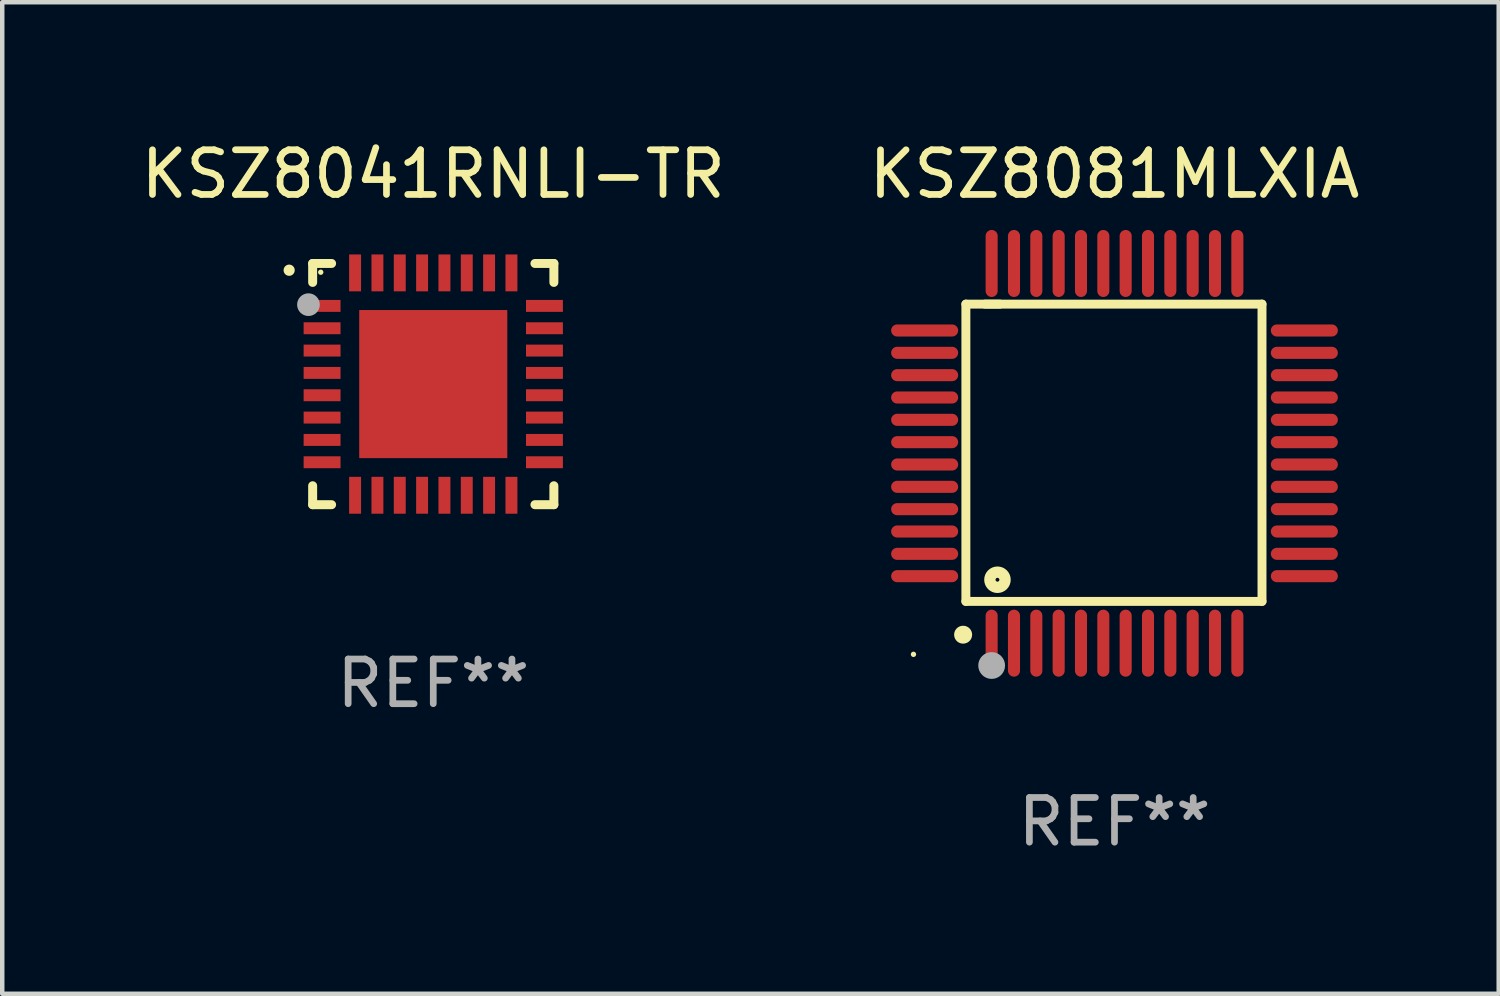
<source format=kicad_pcb>
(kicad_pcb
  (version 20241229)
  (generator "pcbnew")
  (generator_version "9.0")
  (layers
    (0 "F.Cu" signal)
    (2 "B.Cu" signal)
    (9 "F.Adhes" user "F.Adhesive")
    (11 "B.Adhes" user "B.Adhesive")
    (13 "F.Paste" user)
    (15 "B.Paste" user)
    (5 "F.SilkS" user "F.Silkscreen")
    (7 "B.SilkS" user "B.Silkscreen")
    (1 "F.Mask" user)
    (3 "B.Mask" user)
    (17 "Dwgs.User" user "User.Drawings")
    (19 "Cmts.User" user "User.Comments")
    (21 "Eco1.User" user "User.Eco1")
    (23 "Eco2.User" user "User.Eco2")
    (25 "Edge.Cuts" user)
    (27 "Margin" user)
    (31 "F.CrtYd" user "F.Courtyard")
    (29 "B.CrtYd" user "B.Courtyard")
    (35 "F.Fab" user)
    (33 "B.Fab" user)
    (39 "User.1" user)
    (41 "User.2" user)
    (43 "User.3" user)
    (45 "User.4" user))
  (footprint "KSZ8081MLXIA"
    (layer "F.Cu")
    (at 21.899 7.098)
    (property "Reference" "KSZ8081MLXIA" (at 0 -6.25 0) (layer "F.SilkS") (effects (font (size 1 1) (thickness 0.15))))
    (attr through_hole)
    (fp_line (start -3.327 -3.34) (end -2.565 -3.34) (stroke (width 0.2) (type solid)) (layer "F.SilkS"))
    (fp_line (start -3.327 3.315) (end -3.327 -3.34) (stroke (width 0.2) (type solid)) (layer "F.SilkS"))
    (fp_line (start -2.896 -3.34) (end 3.302 -3.34) (stroke (width 0.2) (type solid)) (layer "F.SilkS"))
    (fp_line (start 3.302 -3.34) (end 3.302 3.315) (stroke (width 0.2) (type solid)) (layer "F.SilkS"))
    (fp_line (start 3.302 3.315) (end -3.327 3.315) (stroke (width 0.2) (type solid)) (layer "F.SilkS"))
    (fp_arc (start -3.389992 4.059995) (mid -3.388722 4.059991) (end -3.387452 4.059995) (stroke (width 0.4) (type solid)) (layer "F.SilkS"))
    (fp_circle (center -4.5 4.5) (end -4.47 4.5) (stroke (width 0.06) (type solid)) (fill no) (layer "F.SilkS"))
    (fp_circle (center -2.62 2.83) (end -2.45 2.83) (stroke (width 0.254) (type solid)) (fill no) (layer "F.SilkS"))
    (fp_circle (center -2.75 4.75) (end -2.6 4.75) (stroke (width 0.3) (type solid)) (fill no) (layer "F.Fab"))
    (fp_text user "REF**" (at 0 8.25 0) (layer "F.Fab") (effects (font (size 1 1) (thickness 0.15))))
    (pad "1" smd oval (at -2.75 4.25) (size 0.27 1.5) (layers "F.Cu" "F.Mask" "F.Paste"))
    (pad "2" smd oval (at -2.25 4.25) (size 0.27 1.5) (layers "F.Cu" "F.Mask" "F.Paste"))
    (pad "3" smd oval (at -1.75 4.25) (size 0.27 1.5) (layers "F.Cu" "F.Mask" "F.Paste"))
    (pad "4" smd oval (at -1.25 4.25) (size 0.27 1.5) (layers "F.Cu" "F.Mask" "F.Paste"))
    (pad "5" smd oval (at -0.75 4.25) (size 0.27 1.5) (layers "F.Cu" "F.Mask" "F.Paste"))
    (pad "6" smd oval (at -0.25 4.25) (size 0.27 1.5) (layers "F.Cu" "F.Mask" "F.Paste"))
    (pad "7" smd oval (at 0.25 4.25) (size 0.27 1.5) (layers "F.Cu" "F.Mask" "F.Paste"))
    (pad "8" smd oval (at 0.75 4.25) (size 0.27 1.5) (layers "F.Cu" "F.Mask" "F.Paste"))
    (pad "9" smd oval (at 1.25 4.25) (size 0.27 1.5) (layers "F.Cu" "F.Mask" "F.Paste"))
    (pad "10" smd oval (at 1.75 4.25) (size 0.27 1.5) (layers "F.Cu" "F.Mask" "F.Paste"))
    (pad "11" smd oval (at 2.25 4.25) (size 0.27 1.5) (layers "F.Cu" "F.Mask" "F.Paste"))
    (pad "12" smd oval (at 2.75 4.25) (size 0.27 1.5) (layers "F.Cu" "F.Mask" "F.Paste"))
    (pad "13" smd oval (at 4.25 2.75) (size 1.5 0.27) (layers "F.Cu" "F.Mask" "F.Paste"))
    (pad "14" smd oval (at 4.25 2.25) (size 1.5 0.27) (layers "F.Cu" "F.Mask" "F.Paste"))
    (pad "15" smd oval (at 4.25 1.75) (size 1.5 0.27) (layers "F.Cu" "F.Mask" "F.Paste"))
    (pad "16" smd oval (at 4.25 1.25) (size 1.5 0.27) (layers "F.Cu" "F.Mask" "F.Paste"))
    (pad "17" smd oval (at 4.25 0.75) (size 1.5 0.27) (layers "F.Cu" "F.Mask" "F.Paste"))
    (pad "18" smd oval (at 4.25 0.25) (size 1.5 0.27) (layers "F.Cu" "F.Mask" "F.Paste"))
    (pad "19" smd oval (at 4.25 -0.25) (size 1.5 0.27) (layers "F.Cu" "F.Mask" "F.Paste"))
    (pad "20" smd oval (at 4.25 -0.75) (size 1.5 0.27) (layers "F.Cu" "F.Mask" "F.Paste"))
    (pad "21" smd oval (at 4.25 -1.25) (size 1.5 0.27) (layers "F.Cu" "F.Mask" "F.Paste"))
    (pad "22" smd oval (at 4.25 -1.75) (size 1.5 0.27) (layers "F.Cu" "F.Mask" "F.Paste"))
    (pad "23" smd oval (at 4.25 -2.25) (size 1.5 0.27) (layers "F.Cu" "F.Mask" "F.Paste"))
    (pad "24" smd oval (at 4.25 -2.75) (size 1.5 0.27) (layers "F.Cu" "F.Mask" "F.Paste"))
    (pad "25" smd oval (at 2.75 -4.25) (size 0.27 1.5) (layers "F.Cu" "F.Mask" "F.Paste"))
    (pad "26" smd oval (at 2.25 -4.25) (size 0.27 1.5) (layers "F.Cu" "F.Mask" "F.Paste"))
    (pad "27" smd oval (at 1.75 -4.25) (size 0.27 1.5) (layers "F.Cu" "F.Mask" "F.Paste"))
    (pad "28" smd oval (at 1.25 -4.25) (size 0.27 1.5) (layers "F.Cu" "F.Mask" "F.Paste"))
    (pad "29" smd oval (at 0.75 -4.25) (size 0.27 1.5) (layers "F.Cu" "F.Mask" "F.Paste"))
    (pad "30" smd oval (at 0.25 -4.25) (size 0.27 1.5) (layers "F.Cu" "F.Mask" "F.Paste"))
    (pad "31" smd oval (at -0.25 -4.25) (size 0.27 1.5) (layers "F.Cu" "F.Mask" "F.Paste"))
    (pad "32" smd oval (at -0.75 -4.25) (size 0.27 1.5) (layers "F.Cu" "F.Mask" "F.Paste"))
    (pad "33" smd oval (at -1.25 -4.25) (size 0.27 1.5) (layers "F.Cu" "F.Mask" "F.Paste"))
    (pad "34" smd oval (at -1.75 -4.25) (size 0.27 1.5) (layers "F.Cu" "F.Mask" "F.Paste"))
    (pad "35" smd oval (at -2.25 -4.25) (size 0.27 1.5) (layers "F.Cu" "F.Mask" "F.Paste"))
    (pad "36" smd oval (at -2.75 -4.25) (size 0.27 1.5) (layers "F.Cu" "F.Mask" "F.Paste"))
    (pad "37" smd oval (at -4.25 -2.75) (size 1.5 0.27) (layers "F.Cu" "F.Mask" "F.Paste"))
    (pad "38" smd oval (at -4.25 -2.25) (size 1.5 0.27) (layers "F.Cu" "F.Mask" "F.Paste"))
    (pad "39" smd oval (at -4.25 -1.75) (size 1.5 0.27) (layers "F.Cu" "F.Mask" "F.Paste"))
    (pad "40" smd oval (at -4.25 -1.25) (size 1.5 0.27) (layers "F.Cu" "F.Mask" "F.Paste"))
    (pad "41" smd oval (at -4.25 -0.75) (size 1.5 0.27) (layers "F.Cu" "F.Mask" "F.Paste"))
    (pad "42" smd oval (at -4.25 -0.25) (size 1.5 0.27) (layers "F.Cu" "F.Mask" "F.Paste"))
    (pad "43" smd oval (at -4.25 0.25) (size 1.5 0.27) (layers "F.Cu" "F.Mask" "F.Paste"))
    (pad "44" smd oval (at -4.25 0.75) (size 1.5 0.27) (layers "F.Cu" "F.Mask" "F.Paste"))
    (pad "45" smd oval (at -4.25 1.25) (size 1.5 0.27) (layers "F.Cu" "F.Mask" "F.Paste"))
    (pad "46" smd oval (at -4.25 1.75) (size 1.5 0.27) (layers "F.Cu" "F.Mask" "F.Paste"))
    (pad "47" smd oval (at -4.25 2.25) (size 1.5 0.27) (layers "F.Cu" "F.Mask" "F.Paste"))
    (pad "48" smd oval (at -4.25 2.75) (size 1.5 0.27) (layers "F.Cu" "F.Mask" "F.Paste")))
  (footprint "KSZ8041RNLI-TR"
    (layer "F.Cu")
    (at 6.649 5.548)
    (property "Reference" "KSZ8041RNLI-TR" (at 0 -4.7 0) (layer "F.SilkS") (effects (font (size 1 1) (thickness 0.15))))
    (attr through_hole)
    (fp_line (start -2.7 -2.7) (end -2.276 -2.7) (stroke (width 0.201) (type solid)) (layer "F.SilkS"))
    (fp_line (start -2.7 -2.276) (end -2.7 -2.7) (stroke (width 0.201) (type solid)) (layer "F.SilkS"))
    (fp_line (start -2.7 2.276) (end -2.7 2.7) (stroke (width 0.201) (type solid)) (layer "F.SilkS"))
    (fp_line (start -2.7 2.7) (end -2.276 2.7) (stroke (width 0.201) (type solid)) (layer "F.SilkS"))
    (fp_line (start 2.276 2.7) (end 2.7 2.7) (stroke (width 0.201) (type solid)) (layer "F.SilkS"))
    (fp_line (start 2.7 -2.7) (end 2.276 -2.7) (stroke (width 0.201) (type solid)) (layer "F.SilkS"))
    (fp_line (start 2.7 -2.276) (end 2.7 -2.7) (stroke (width 0.201) (type solid)) (layer "F.SilkS"))
    (fp_line (start 2.7 2.7) (end 2.7 2.276) (stroke (width 0.201) (type solid)) (layer "F.SilkS"))
    (fp_arc (start -3.225806 -2.547625) (mid -3.225812 -2.548895) (end -3.225806 -2.550165) (stroke (width 0.24892) (type solid)) (layer "F.SilkS"))
    (fp_circle (center -2.519 -2.504) (end -2.489 -2.504) (stroke (width 0.06) (type solid)) (fill no) (layer "F.SilkS"))
    (fp_circle (center -2.794 -1.778) (end -2.667 -1.778) (stroke (width 0.254) (type solid)) (fill no) (layer "F.Fab"))
    (fp_text user "REF**" (at 0 6.7 0) (layer "F.Fab") (effects (font (size 1 1) (thickness 0.15))))
    (pad "1" smd rect (at -2.489 -1.75 90) (size 0.267 0.826) (layers "F.Cu" "F.Mask" "F.Paste"))
    (pad "2" smd rect (at -2.489 -1.25 90) (size 0.267 0.826) (layers "F.Cu" "F.Mask" "F.Paste"))
    (pad "3" smd rect (at -2.489 -0.75 90) (size 0.267 0.826) (layers "F.Cu" "F.Mask" "F.Paste"))
    (pad "4" smd rect (at -2.489 -0.25 90) (size 0.267 0.826) (layers "F.Cu" "F.Mask" "F.Paste"))
    (pad "5" smd rect (at -2.489 0.25 90) (size 0.267 0.826) (layers "F.Cu" "F.Mask" "F.Paste"))
    (pad "6" smd rect (at -2.489 0.75 90) (size 0.267 0.826) (layers "F.Cu" "F.Mask" "F.Paste"))
    (pad "7" smd rect (at -2.489 1.25 90) (size 0.267 0.826) (layers "F.Cu" "F.Mask" "F.Paste"))
    (pad "8" smd rect (at -2.489 1.75 90) (size 0.267 0.826) (layers "F.Cu" "F.Mask" "F.Paste"))
    (pad "9" smd rect (at -1.75 2.489) (size 0.267 0.826) (layers "F.Cu" "F.Mask" "F.Paste"))
    (pad "10" smd rect (at -1.25 2.489) (size 0.267 0.826) (layers "F.Cu" "F.Mask" "F.Paste"))
    (pad "11" smd rect (at -0.75 2.489) (size 0.267 0.826) (layers "F.Cu" "F.Mask" "F.Paste"))
    (pad "12" smd rect (at -0.25 2.489) (size 0.267 0.826) (layers "F.Cu" "F.Mask" "F.Paste"))
    (pad "13" smd rect (at 0.25 2.489) (size 0.267 0.826) (layers "F.Cu" "F.Mask" "F.Paste"))
    (pad "14" smd rect (at 0.75 2.489) (size 0.267 0.826) (layers "F.Cu" "F.Mask" "F.Paste"))
    (pad "15" smd rect (at 1.25 2.489) (size 0.267 0.826) (layers "F.Cu" "F.Mask" "F.Paste"))
    (pad "16" smd rect (at 1.75 2.489) (size 0.267 0.826) (layers "F.Cu" "F.Mask" "F.Paste"))
    (pad "17" smd rect (at 2.489 1.75 90) (size 0.267 0.826) (layers "F.Cu" "F.Mask" "F.Paste"))
    (pad "18" smd rect (at 2.489 1.25 90) (size 0.267 0.826) (layers "F.Cu" "F.Mask" "F.Paste"))
    (pad "19" smd rect (at 2.489 0.75 90) (size 0.267 0.826) (layers "F.Cu" "F.Mask" "F.Paste"))
    (pad "20" smd rect (at 2.489 0.25 90) (size 0.267 0.826) (layers "F.Cu" "F.Mask" "F.Paste"))
    (pad "21" smd rect (at 2.489 -0.25 90) (size 0.267 0.826) (layers "F.Cu" "F.Mask" "F.Paste"))
    (pad "22" smd rect (at 2.489 -0.75 90) (size 0.267 0.826) (layers "F.Cu" "F.Mask" "F.Paste"))
    (pad "23" smd rect (at 2.489 -1.25 90) (size 0.267 0.826) (layers "F.Cu" "F.Mask" "F.Paste"))
    (pad "24" smd rect (at 2.489 -1.75 90) (size 0.267 0.826) (layers "F.Cu" "F.Mask" "F.Paste"))
    (pad "25" smd rect (at 1.75 -2.489) (size 0.267 0.826) (layers "F.Cu" "F.Mask" "F.Paste"))
    (pad "26" smd rect (at 1.25 -2.489) (size 0.267 0.826) (layers "F.Cu" "F.Mask" "F.Paste"))
    (pad "27" smd rect (at 0.75 -2.489) (size 0.267 0.826) (layers "F.Cu" "F.Mask" "F.Paste"))
    (pad "28" smd rect (at 0.25 -2.489) (size 0.267 0.826) (layers "F.Cu" "F.Mask" "F.Paste"))
    (pad "29" smd rect (at -0.25 -2.489) (size 0.267 0.826) (layers "F.Cu" "F.Mask" "F.Paste"))
    (pad "30" smd rect (at -0.75 -2.489) (size 0.267 0.826) (layers "F.Cu" "F.Mask" "F.Paste"))
    (pad "31" smd rect (at -1.25 -2.489) (size 0.267 0.826) (layers "F.Cu" "F.Mask" "F.Paste"))
    (pad "32" smd rect (at -1.75 -2.489) (size 0.267 0.826) (layers "F.Cu" "F.Mask" "F.Paste"))
    (pad "33" smd rect (at 0 0) (size 3.315 3.315) (layers "F.Cu" "F.Mask" "F.Paste")))
  (gr_rect
    (start -3 -3)
    (end 30.5 19.196)
    (stroke (width 0.1) (type default))
    (fill no)
    (layer "Edge.Cuts")))
</source>
